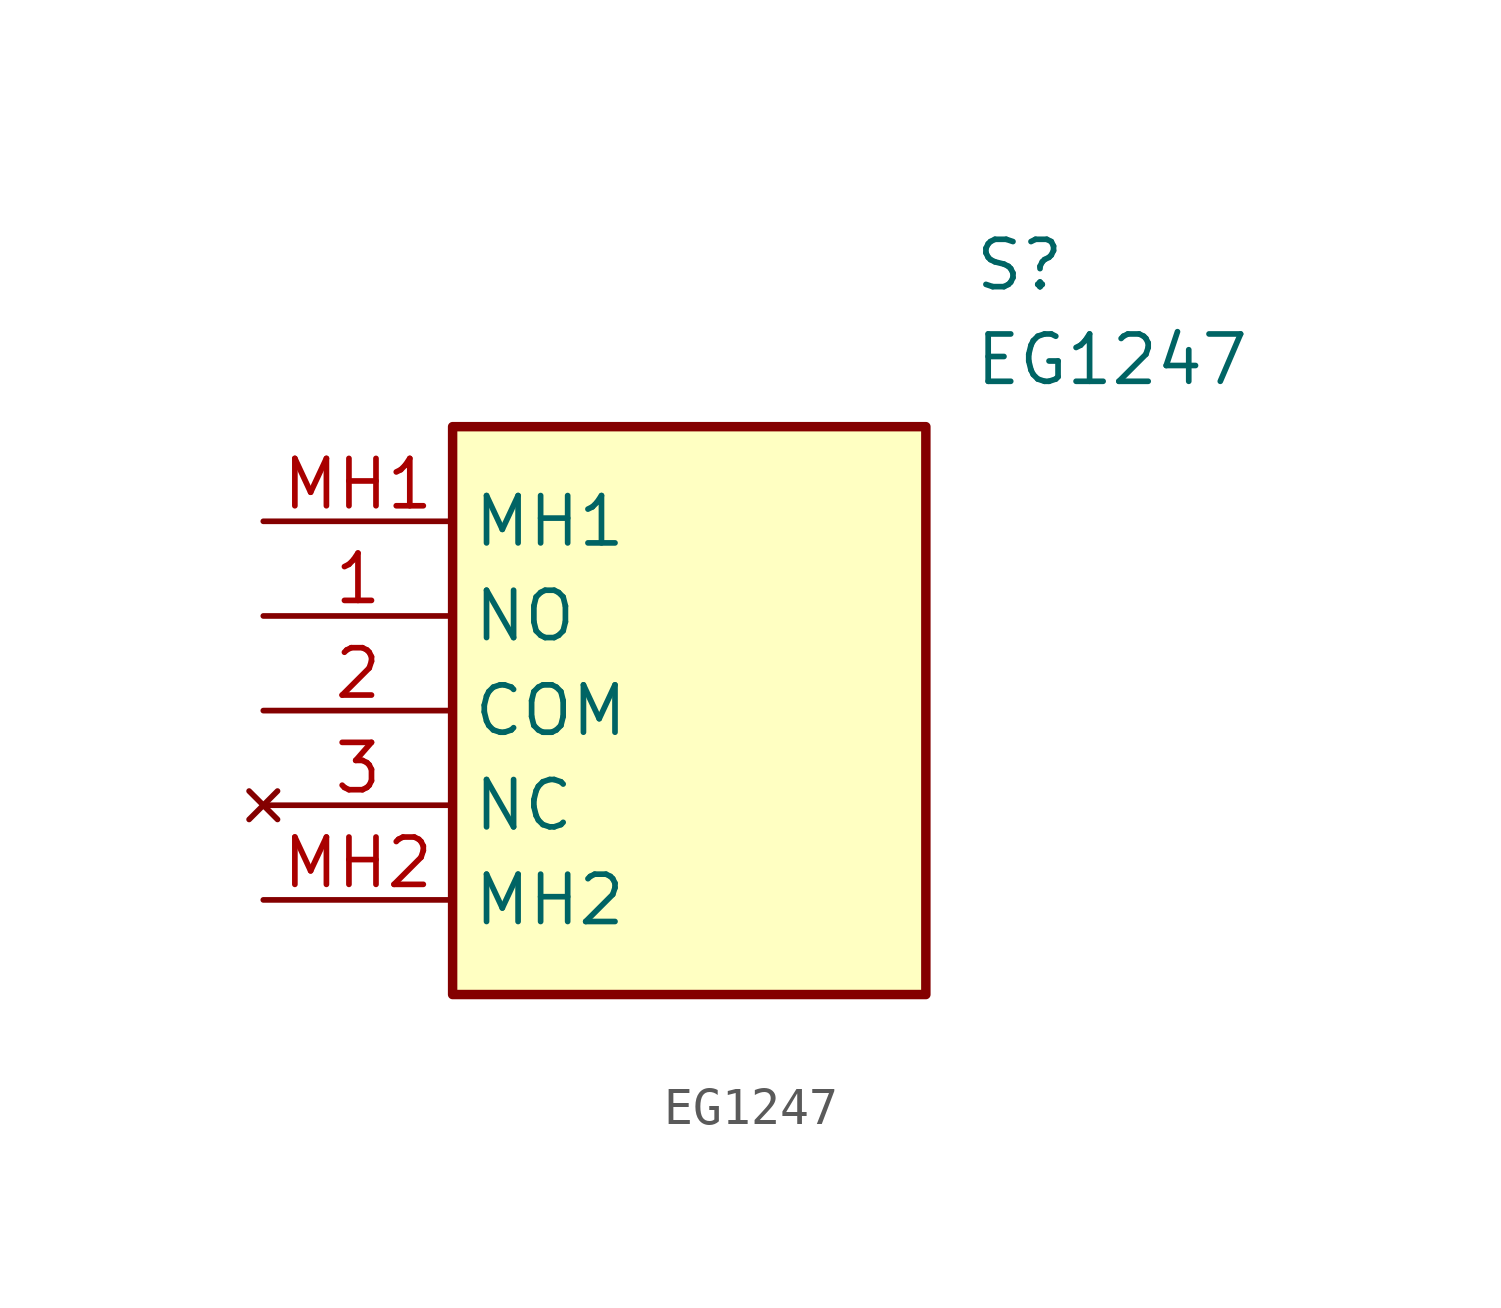
<source format=kicad_sym>
(kicad_symbol_lib
  (version 20211014)
  (generator SamacSys_ECAD_Model)
  (symbol "EG1247"
    (property "Reference" "S"
      (at 19.05 7.62 0)
      (effects (font (size 1.27 1.27)) (justify left top)))
    (property "Value" "EG1247"
      (at 19.05 5.08 0)
      (effects (font (size 1.27 1.27)) (justify left top)))
    (rectangle
      (start 5.08 2.54)
      (end 17.78 -12.7)
      (stroke (width 0.254) (type default))
      (fill (type background)))
    (pin passive line
      (at 0 -2.54 0)
      (length 5.08)
      (name "NO" (effects (font (size 1.27 1.27))))
      (number "1" (effects (font (size 1.27 1.27)))))
    (pin passive line
      (at 0 -5.08 0)
      (length 5.08)
      (name "COM" (effects (font (size 1.27 1.27))))
      (number "2" (effects (font (size 1.27 1.27)))))
    (pin no_connect line
      (at 0 -7.62 0)
      (length 5.08)
      (name "NC" (effects (font (size 1.27 1.27))))
      (number "3" (effects (font (size 1.27 1.27)))))
    (pin passive line
      (at 0 0 0)
      (length 5.08)
      (name "MH1" (effects (font (size 1.27 1.27))))
      (number "MH1" (effects (font (size 1.27 1.27)))))
    (pin passive line
      (at 0 -10.16 0)
      (length 5.08)
      (name "MH2" (effects (font (size 1.27 1.27))))
      (number "MH2" (effects (font (size 1.27 1.27)))))))
</source>
